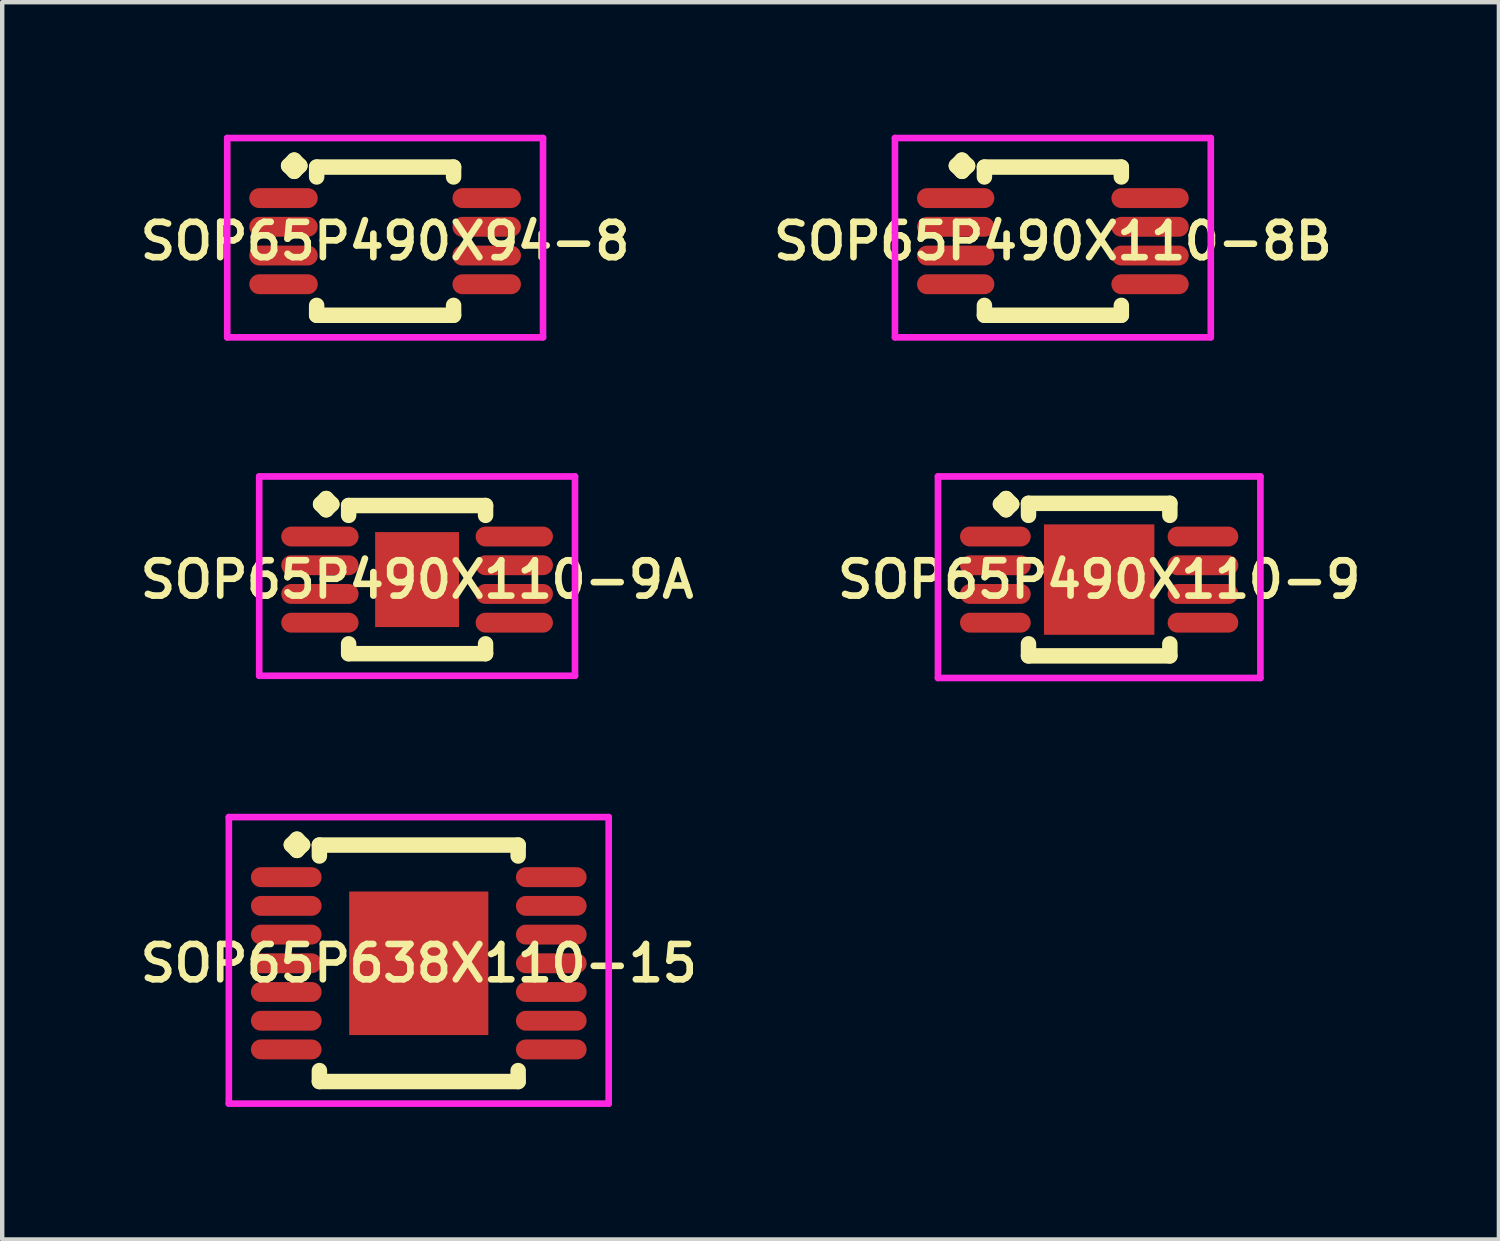
<source format=kicad_pcb>
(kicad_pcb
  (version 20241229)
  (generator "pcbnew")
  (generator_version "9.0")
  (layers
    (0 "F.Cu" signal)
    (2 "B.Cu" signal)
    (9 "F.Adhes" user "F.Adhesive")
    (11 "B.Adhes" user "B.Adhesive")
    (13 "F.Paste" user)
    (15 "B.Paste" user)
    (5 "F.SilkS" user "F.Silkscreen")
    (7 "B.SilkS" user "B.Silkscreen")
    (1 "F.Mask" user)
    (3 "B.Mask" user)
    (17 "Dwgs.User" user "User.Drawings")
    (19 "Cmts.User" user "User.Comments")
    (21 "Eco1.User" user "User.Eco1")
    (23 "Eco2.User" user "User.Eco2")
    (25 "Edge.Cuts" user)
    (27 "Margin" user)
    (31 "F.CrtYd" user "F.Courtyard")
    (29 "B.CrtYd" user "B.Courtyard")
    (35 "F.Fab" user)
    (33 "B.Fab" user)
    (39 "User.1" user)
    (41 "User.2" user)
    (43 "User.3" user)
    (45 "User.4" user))
  (footprint "SOP65P490X110-9A"
    (layer "F.Cu")
    (at 6.393 10.072)
    (property "Reference" "SOP65P490X110-9A" (at 0 0 0) (layer "F.SilkS") (effects (font (size 0.8 0.8) (thickness 0.15))))
    (attr smd)
    (fp_line (start -2.185 -1.708) (end -2.058 -1.835) (stroke (width 0.35) (type solid)) (layer "F.SilkS"))
    (fp_line (start -2.058 -1.835) (end -1.931 -1.708) (stroke (width 0.35) (type solid)) (layer "F.SilkS"))
    (fp_line (start -2.058 -1.581) (end -2.185 -1.708) (stroke (width 0.35) (type solid)) (layer "F.SilkS"))
    (fp_line (start -1.931 -1.708) (end -2.058 -1.581) (stroke (width 0.35) (type solid)) (layer "F.SilkS"))
    (fp_line (start -1.55 -1.677) (end 1.55 -1.677) (stroke (width 0.35) (type solid)) (layer "F.SilkS"))
    (fp_line (start -1.55 -1.454) (end -1.55 -1.677) (stroke (width 0.35) (type solid)) (layer "F.SilkS"))
    (fp_line (start -1.55 1.454) (end -1.55 1.677) (stroke (width 0.35) (type solid)) (layer "F.SilkS"))
    (fp_line (start -1.55 1.677) (end 1.55 1.677) (stroke (width 0.35) (type solid)) (layer "F.SilkS"))
    (fp_line (start 1.55 -1.677) (end 1.55 -1.454) (stroke (width 0.35) (type solid)) (layer "F.SilkS"))
    (fp_line (start 1.55 1.677) (end 1.55 1.454) (stroke (width 0.35) (type solid)) (layer "F.SilkS"))
    (fp_line (start -3.575 -2.335) (end 3.575 -2.335) (stroke (width 0.15) (type solid)) (layer "F.CrtYd"))
    (fp_line (start -3.575 2.177) (end -3.575 -2.335) (stroke (width 0.15) (type solid)) (layer "F.CrtYd"))
    (fp_line (start 3.575 -2.335) (end 3.575 2.177) (stroke (width 0.15) (type solid)) (layer "F.CrtYd"))
    (fp_line (start 3.575 2.177) (end -3.575 2.177) (stroke (width 0.15) (type solid)) (layer "F.CrtYd"))
    (pad "1" smd oval (at -2.2 -0.975) (size 1.75 0.45) (layers "F.Cu" "F.Mask" "F.Paste"))
    (pad "2" smd oval (at -2.2 -0.325) (size 1.75 0.45) (layers "F.Cu" "F.Mask" "F.Paste"))
    (pad "3" smd oval (at -2.2 0.325) (size 1.75 0.45) (layers "F.Cu" "F.Mask" "F.Paste"))
    (pad "4" smd oval (at -2.2 0.975) (size 1.75 0.45) (layers "F.Cu" "F.Mask" "F.Paste"))
    (pad "5" smd oval (at 2.2 0.975) (size 1.75 0.45) (layers "F.Cu" "F.Mask" "F.Paste"))
    (pad "6" smd oval (at 2.2 0.325) (size 1.75 0.45) (layers "F.Cu" "F.Mask" "F.Paste"))
    (pad "7" smd oval (at 2.2 -0.325) (size 1.75 0.45) (layers "F.Cu" "F.Mask" "F.Paste"))
    (pad "8" smd oval (at 2.2 -0.975) (size 1.75 0.45) (layers "F.Cu" "F.Mask" "F.Paste"))
    (pad "9" smd rect (at 0 0) (size 1.9 2.15) (layers "F.Cu" "F.Mask" "F.Paste")))
  (footprint "SOP65P490X110-9"
    (layer "F.Cu")
    (at 21.835 10.072)
    (property "Reference" "SOP65P490X110-9" (at 0 0 0) (layer "F.SilkS") (effects (font (size 0.8 0.8) (thickness 0.15))))
    (attr smd)
    (fp_line (start -2.235 -1.708) (end -2.108 -1.835) (stroke (width 0.35) (type solid)) (layer "F.SilkS"))
    (fp_line (start -2.108 -1.835) (end -1.981 -1.708) (stroke (width 0.35) (type solid)) (layer "F.SilkS"))
    (fp_line (start -2.108 -1.581) (end -2.235 -1.708) (stroke (width 0.35) (type solid)) (layer "F.SilkS"))
    (fp_line (start -1.981 -1.708) (end -2.108 -1.581) (stroke (width 0.35) (type solid)) (layer "F.SilkS"))
    (fp_line (start -1.6 -1.727) (end 1.6 -1.727) (stroke (width 0.35) (type solid)) (layer "F.SilkS"))
    (fp_line (start -1.6 -1.454) (end -1.6 -1.727) (stroke (width 0.35) (type solid)) (layer "F.SilkS"))
    (fp_line (start -1.6 1.454) (end -1.6 1.727) (stroke (width 0.35) (type solid)) (layer "F.SilkS"))
    (fp_line (start -1.6 1.727) (end 1.6 1.727) (stroke (width 0.35) (type solid)) (layer "F.SilkS"))
    (fp_line (start 1.6 -1.727) (end 1.6 -1.454) (stroke (width 0.35) (type solid)) (layer "F.SilkS"))
    (fp_line (start 1.6 1.727) (end 1.6 1.454) (stroke (width 0.35) (type solid)) (layer "F.SilkS"))
    (fp_line (start -3.65 -2.335) (end 3.65 -2.335) (stroke (width 0.15) (type solid)) (layer "F.CrtYd"))
    (fp_line (start -3.65 2.227) (end -3.65 -2.335) (stroke (width 0.15) (type solid)) (layer "F.CrtYd"))
    (fp_line (start 3.65 -2.335) (end 3.65 2.227) (stroke (width 0.15) (type solid)) (layer "F.CrtYd"))
    (fp_line (start 3.65 2.227) (end -3.65 2.227) (stroke (width 0.15) (type solid)) (layer "F.CrtYd"))
    (pad "1" smd oval (at -2.35 -0.975) (size 1.6 0.45) (layers "F.Cu" "F.Mask" "F.Paste"))
    (pad "2" smd oval (at -2.35 -0.325) (size 1.6 0.45) (layers "F.Cu" "F.Mask" "F.Paste"))
    (pad "3" smd oval (at -2.35 0.325) (size 1.6 0.45) (layers "F.Cu" "F.Mask" "F.Paste"))
    (pad "4" smd oval (at -2.35 0.975) (size 1.6 0.45) (layers "F.Cu" "F.Mask" "F.Paste"))
    (pad "5" smd oval (at 2.35 0.975) (size 1.6 0.45) (layers "F.Cu" "F.Mask" "F.Paste"))
    (pad "6" smd oval (at 2.35 0.325) (size 1.6 0.45) (layers "F.Cu" "F.Mask" "F.Paste"))
    (pad "7" smd oval (at 2.35 -0.325) (size 1.6 0.45) (layers "F.Cu" "F.Mask" "F.Paste"))
    (pad "8" smd oval (at 2.35 -0.975) (size 1.6 0.45) (layers "F.Cu" "F.Mask" "F.Paste"))
    (pad "9" smd rect (at 0 0) (size 2.5 2.5) (layers "F.Cu" "F.Mask" "F.Paste")))
  (footprint "SOP65P490X110-8B"
    (layer "F.Cu")
    (at 20.787 2.41)
    (property "Reference" "SOP65P490X110-8B" (at 0 0 0) (layer "F.SilkS") (effects (font (size 0.8 0.8) (thickness 0.15))))
    (attr smd)
    (fp_line (start -2.185 -1.708) (end -2.058 -1.835) (stroke (width 0.35) (type solid)) (layer "F.SilkS"))
    (fp_line (start -2.058 -1.835) (end -1.931 -1.708) (stroke (width 0.35) (type solid)) (layer "F.SilkS"))
    (fp_line (start -2.058 -1.581) (end -2.185 -1.708) (stroke (width 0.35) (type solid)) (layer "F.SilkS"))
    (fp_line (start -1.931 -1.708) (end -2.058 -1.581) (stroke (width 0.35) (type solid)) (layer "F.SilkS"))
    (fp_line (start -1.55 -1.677) (end 1.55 -1.677) (stroke (width 0.35) (type solid)) (layer "F.SilkS"))
    (fp_line (start -1.55 -1.454) (end -1.55 -1.677) (stroke (width 0.35) (type solid)) (layer "F.SilkS"))
    (fp_line (start -1.55 1.454) (end -1.55 1.677) (stroke (width 0.35) (type solid)) (layer "F.SilkS"))
    (fp_line (start -1.55 1.677) (end 1.55 1.677) (stroke (width 0.35) (type solid)) (layer "F.SilkS"))
    (fp_line (start 1.55 -1.677) (end 1.55 -1.454) (stroke (width 0.35) (type solid)) (layer "F.SilkS"))
    (fp_line (start 1.55 1.677) (end 1.55 1.454) (stroke (width 0.35) (type solid)) (layer "F.SilkS"))
    (fp_line (start -3.575 -2.335) (end 3.575 -2.335) (stroke (width 0.15) (type solid)) (layer "F.CrtYd"))
    (fp_line (start -3.575 2.177) (end -3.575 -2.335) (stroke (width 0.15) (type solid)) (layer "F.CrtYd"))
    (fp_line (start 3.575 -2.335) (end 3.575 2.177) (stroke (width 0.15) (type solid)) (layer "F.CrtYd"))
    (fp_line (start 3.575 2.177) (end -3.575 2.177) (stroke (width 0.15) (type solid)) (layer "F.CrtYd"))
    (pad "1" smd oval (at -2.2 -0.975) (size 1.75 0.45) (layers "F.Cu" "F.Mask" "F.Paste"))
    (pad "2" smd oval (at -2.2 -0.325) (size 1.75 0.45) (layers "F.Cu" "F.Mask" "F.Paste"))
    (pad "3" smd oval (at -2.2 0.325) (size 1.75 0.45) (layers "F.Cu" "F.Mask" "F.Paste"))
    (pad "4" smd oval (at -2.2 0.975) (size 1.75 0.45) (layers "F.Cu" "F.Mask" "F.Paste"))
    (pad "5" smd oval (at 2.2 0.975) (size 1.75 0.45) (layers "F.Cu" "F.Mask" "F.Paste"))
    (pad "6" smd oval (at 2.2 0.325) (size 1.75 0.45) (layers "F.Cu" "F.Mask" "F.Paste"))
    (pad "7" smd oval (at 2.2 -0.325) (size 1.75 0.45) (layers "F.Cu" "F.Mask" "F.Paste"))
    (pad "8" smd oval (at 2.2 -0.975) (size 1.75 0.45) (layers "F.Cu" "F.Mask" "F.Paste")))
  (footprint "SOP65P638X110-15"
    (layer "F.Cu")
    (at 6.431 18.759)
    (property "Reference" "SOP65P638X110-15" (at 0 0 0) (layer "F.SilkS") (effects (font (size 0.8 0.8) (thickness 0.15))))
    (attr through_hole)
    (fp_line (start -2.885 -2.683) (end -2.758 -2.81) (stroke (width 0.35) (type solid)) (layer "F.SilkS"))
    (fp_line (start -2.758 -2.81) (end -2.631 -2.683) (stroke (width 0.35) (type solid)) (layer "F.SilkS"))
    (fp_line (start -2.758 -2.556) (end -2.885 -2.683) (stroke (width 0.35) (type solid)) (layer "F.SilkS"))
    (fp_line (start -2.631 -2.683) (end -2.758 -2.556) (stroke (width 0.35) (type solid)) (layer "F.SilkS"))
    (fp_line (start -2.25 -2.677) (end 2.25 -2.677) (stroke (width 0.35) (type solid)) (layer "F.SilkS"))
    (fp_line (start -2.25 -2.429) (end -2.25 -2.677) (stroke (width 0.35) (type solid)) (layer "F.SilkS"))
    (fp_line (start -2.25 2.429) (end -2.25 2.677) (stroke (width 0.35) (type solid)) (layer "F.SilkS"))
    (fp_line (start -2.25 2.677) (end 2.25 2.677) (stroke (width 0.35) (type solid)) (layer "F.SilkS"))
    (fp_line (start 2.25 -2.677) (end 2.25 -2.429) (stroke (width 0.35) (type solid)) (layer "F.SilkS"))
    (fp_line (start 2.25 2.677) (end 2.25 2.429) (stroke (width 0.35) (type solid)) (layer "F.SilkS"))
    (fp_line (start -4.3 -3.31) (end 4.3 -3.31) (stroke (width 0.15) (type solid)) (layer "F.CrtYd"))
    (fp_line (start -4.3 3.177) (end -4.3 -3.31) (stroke (width 0.15) (type solid)) (layer "F.CrtYd"))
    (fp_line (start 4.3 -3.31) (end 4.3 3.177) (stroke (width 0.15) (type solid)) (layer "F.CrtYd"))
    (fp_line (start 4.3 3.177) (end -4.3 3.177) (stroke (width 0.15) (type solid)) (layer "F.CrtYd"))
    (pad "1" smd oval (at -3 -1.95) (size 1.6 0.45) (layers "F.Cu" "F.Mask" "F.Paste"))
    (pad "2" smd oval (at -3 -1.3) (size 1.6 0.45) (layers "F.Cu" "F.Mask" "F.Paste"))
    (pad "3" smd oval (at -3 -0.65) (size 1.6 0.45) (layers "F.Cu" "F.Mask" "F.Paste"))
    (pad "4" smd oval (at -3 0) (size 1.6 0.45) (layers "F.Cu" "F.Mask" "F.Paste"))
    (pad "5" smd oval (at -3 0.65) (size 1.6 0.45) (layers "F.Cu" "F.Mask" "F.Paste"))
    (pad "6" smd oval (at -3 1.3) (size 1.6 0.45) (layers "F.Cu" "F.Mask" "F.Paste"))
    (pad "7" smd oval (at -3 1.95) (size 1.6 0.45) (layers "F.Cu" "F.Mask" "F.Paste"))
    (pad "8" smd oval (at 3 1.95) (size 1.6 0.45) (layers "F.Cu" "F.Mask" "F.Paste"))
    (pad "9" smd oval (at 3 1.3) (size 1.6 0.45) (layers "F.Cu" "F.Mask" "F.Paste"))
    (pad "10" smd oval (at 3 0.65) (size 1.6 0.45) (layers "F.Cu" "F.Mask" "F.Paste"))
    (pad "11" smd oval (at 3 0) (size 1.6 0.45) (layers "F.Cu" "F.Mask" "F.Paste"))
    (pad "12" smd oval (at 3 -0.65) (size 1.6 0.45) (layers "F.Cu" "F.Mask" "F.Paste"))
    (pad "13" smd oval (at 3 -1.3) (size 1.6 0.45) (layers "F.Cu" "F.Mask" "F.Paste"))
    (pad "14" smd oval (at 3 -1.95) (size 1.6 0.45) (layers "F.Cu" "F.Mask" "F.Paste"))
    (pad "15" smd rect (at 0 0) (size 3.15 3.25) (layers "F.Cu" "F.Mask" "F.Paste")))
  (footprint "SOP65P490X94-8"
    (layer "F.Cu")
    (at 5.669 2.41)
    (property "Reference" "SOP65P490X94-8" (at 0 0 0) (layer "F.SilkS") (effects (font (size 0.8 0.8) (thickness 0.15))))
    (attr through_hole)
    (fp_line (start -2.185 -1.708) (end -2.058 -1.835) (stroke (width 0.35) (type solid)) (layer "F.SilkS"))
    (fp_line (start -2.058 -1.835) (end -1.931 -1.708) (stroke (width 0.35) (type solid)) (layer "F.SilkS"))
    (fp_line (start -2.058 -1.581) (end -2.185 -1.708) (stroke (width 0.35) (type solid)) (layer "F.SilkS"))
    (fp_line (start -1.931 -1.708) (end -2.058 -1.581) (stroke (width 0.35) (type solid)) (layer "F.SilkS"))
    (fp_line (start -1.55 -1.677) (end 1.55 -1.677) (stroke (width 0.35) (type solid)) (layer "F.SilkS"))
    (fp_line (start -1.55 -1.454) (end -1.55 -1.677) (stroke (width 0.35) (type solid)) (layer "F.SilkS"))
    (fp_line (start -1.55 1.454) (end -1.55 1.677) (stroke (width 0.35) (type solid)) (layer "F.SilkS"))
    (fp_line (start -1.55 1.677) (end 1.55 1.677) (stroke (width 0.35) (type solid)) (layer "F.SilkS"))
    (fp_line (start 1.55 -1.677) (end 1.55 -1.454) (stroke (width 0.35) (type solid)) (layer "F.SilkS"))
    (fp_line (start 1.55 1.677) (end 1.55 1.454) (stroke (width 0.35) (type solid)) (layer "F.SilkS"))
    (fp_line (start -3.575 -2.335) (end 3.575 -2.335) (stroke (width 0.15) (type solid)) (layer "F.CrtYd"))
    (fp_line (start -3.575 2.177) (end -3.575 -2.335) (stroke (width 0.15) (type solid)) (layer "F.CrtYd"))
    (fp_line (start 3.575 -2.335) (end 3.575 2.177) (stroke (width 0.15) (type solid)) (layer "F.CrtYd"))
    (fp_line (start 3.575 2.177) (end -3.575 2.177) (stroke (width 0.15) (type solid)) (layer "F.CrtYd"))
    (pad "1" smd oval (at -2.3 -0.975) (size 1.55 0.45) (layers "F.Cu" "F.Mask" "F.Paste"))
    (pad "2" smd oval (at -2.3 -0.325) (size 1.55 0.45) (layers "F.Cu" "F.Mask" "F.Paste"))
    (pad "3" smd oval (at -2.3 0.325) (size 1.55 0.45) (layers "F.Cu" "F.Mask" "F.Paste"))
    (pad "4" smd oval (at -2.3 0.975) (size 1.55 0.45) (layers "F.Cu" "F.Mask" "F.Paste"))
    (pad "5" smd oval (at 2.3 0.975) (size 1.55 0.45) (layers "F.Cu" "F.Mask" "F.Paste"))
    (pad "6" smd oval (at 2.3 0.325) (size 1.55 0.45) (layers "F.Cu" "F.Mask" "F.Paste"))
    (pad "7" smd oval (at 2.3 -0.325) (size 1.55 0.45) (layers "F.Cu" "F.Mask" "F.Paste"))
    (pad "8" smd oval (at 2.3 -0.975) (size 1.55 0.45) (layers "F.Cu" "F.Mask" "F.Paste")))
  (gr_rect
    (start -3 -3)
    (end 30.885 25.011)
    (stroke (width 0.1) (type default))
    (fill no)
    (layer "Edge.Cuts")))
</source>
